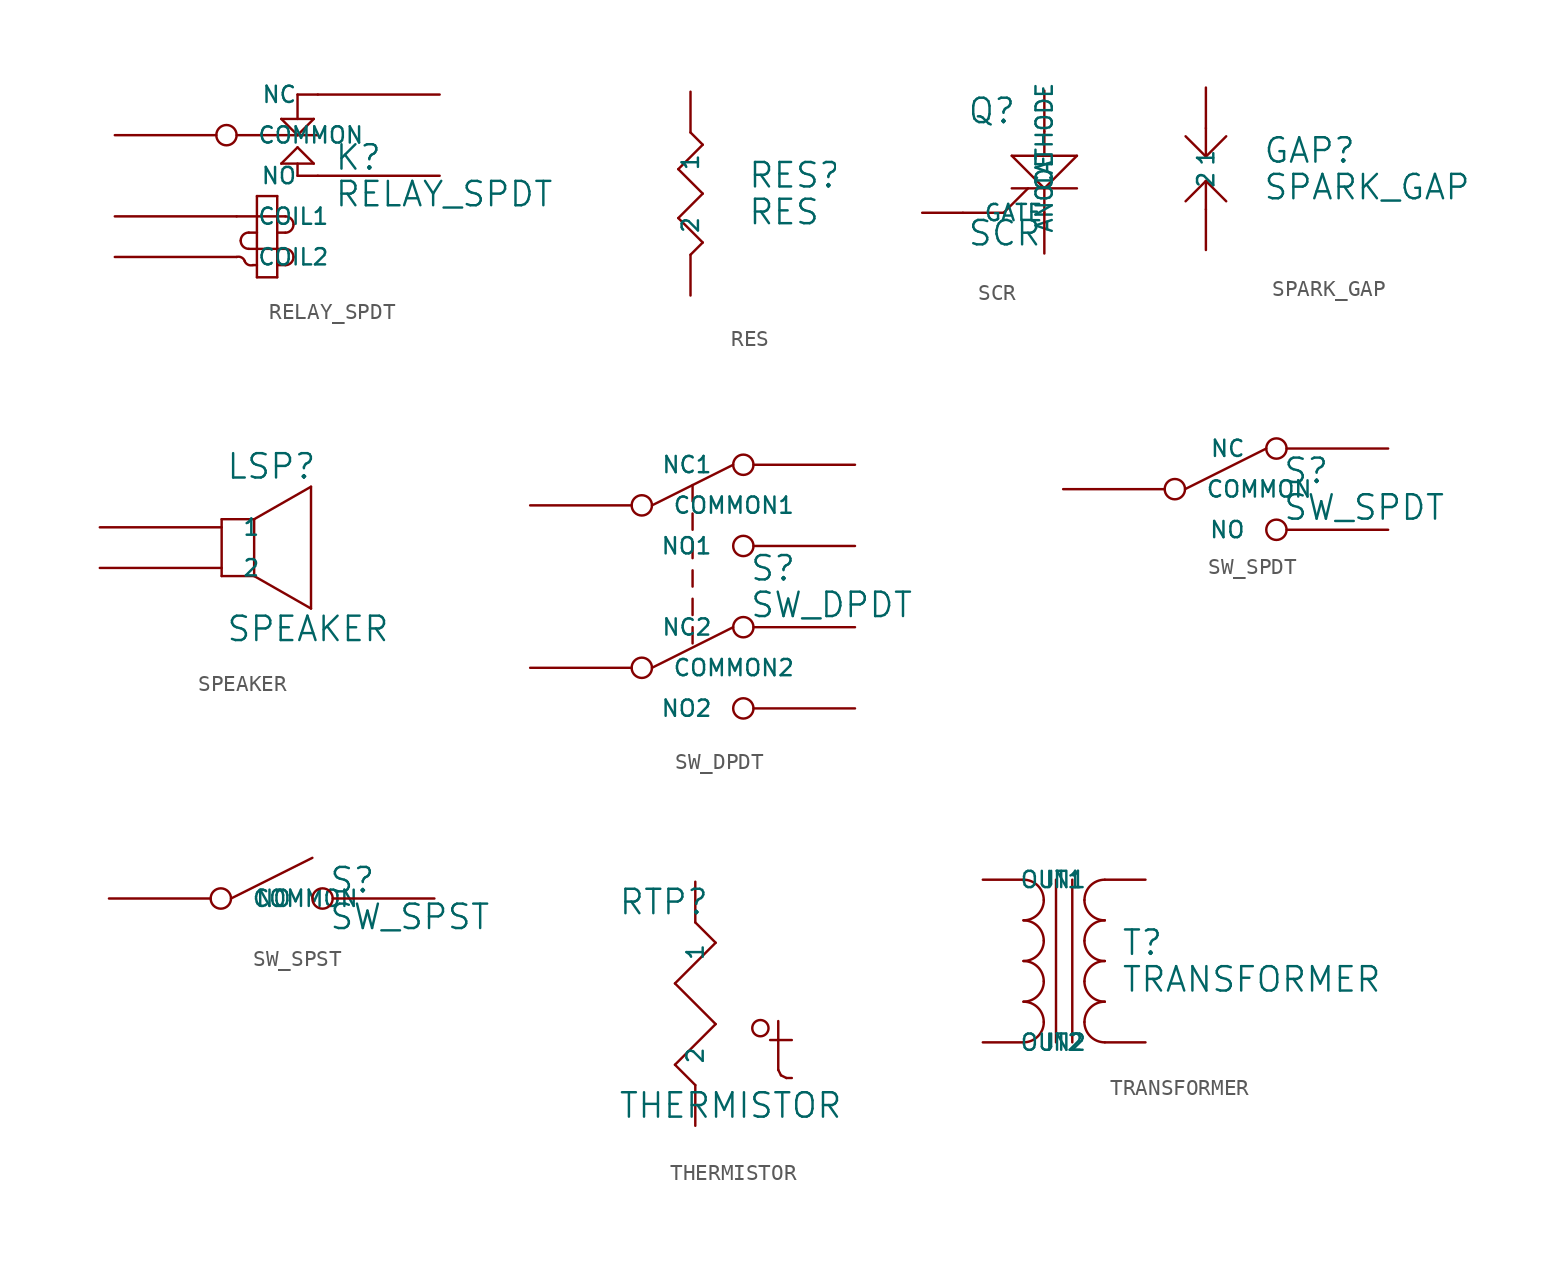
<source format=kicad_sym>
(kicad_symbol_lib
  (version 20231120)
  (generator "kicad_symbol_editor")
  (generator_version "8.0")
  (symbol "RELAY_SPDT"
    (pin_names
      (offset 1.27))
    (property "Reference" "K"
      (at 6.096 -7.366 0)
      (effects (font (size 1.524 1.524)) (justify left bottom)))
    (property "Value" "RELAY_SPDT"
      (at 6.096 -7.874 0)
      (effects (font (size 1.524 1.524)) (justify left top)))
    (symbol "RELAY_SPDT_0_1"
      (polyline (pts (xy 0 -10.16) (xy 3.048 -10.16)) (stroke (width 0) (type solid)) (fill (type none)))
      (polyline (pts (xy 0 -5.08) (xy 5.08 -5.08)) (stroke (width 0) (type solid)) (fill (type none)))
      (polyline (pts (xy 0.762 -12.192) (xy 3.048 -12.192)) (stroke (width 0) (type solid)) (fill (type none)))
      (polyline (pts (xy 1.016 -13.208) (xy 1.27 -13.208)) (stroke (width 0) (type solid)) (fill (type none)))
      (polyline (pts (xy 1.27 -13.97) (xy 2.54 -13.97)) (stroke (width 0) (type solid)) (fill (type none)))
      (polyline (pts (xy 1.27 -11.176) (xy 0.762 -11.176)) (stroke (width 0) (type solid)) (fill (type none)))
      (polyline (pts (xy 1.27 -8.89) (xy 1.27 -13.97)) (stroke (width 0) (type solid)) (fill (type none)))
      (polyline (pts (xy 2.54 -13.97) (xy 2.54 -8.89)) (stroke (width 0) (type solid)) (fill (type none)))
      (polyline (pts (xy 2.54 -8.89) (xy 1.27 -8.89)) (stroke (width 0) (type solid)) (fill (type none)))
      (polyline (pts (xy 2.794 -6.858) (xy 3.81 -5.842)) (stroke (width 0) (type solid)) (fill (type none)))
      (polyline (pts (xy 2.794 -4.064) (xy 3.81 -5.08)) (stroke (width 0) (type solid)) (fill (type none)))
      (polyline (pts (xy 3.048 -13.208) (xy 2.54 -13.208)) (stroke (width 0) (type solid)) (fill (type none)))
      (polyline (pts (xy 3.048 -11.176) (xy 2.54 -11.176)) (stroke (width 0) (type solid)) (fill (type none)))
      (polyline (pts (xy 3.81 -7.62) (xy 5.08 -7.62)) (stroke (width 0) (type solid)) (fill (type none)))
      (polyline (pts (xy 3.81 -6.858) (xy 3.81 -7.62)) (stroke (width 0) (type solid)) (fill (type none)))
      (polyline (pts (xy 3.81 -5.842) (xy 4.826 -6.858)) (stroke (width 0) (type solid)) (fill (type none)))
      (polyline (pts (xy 3.81 -5.08) (xy 4.826 -4.064)) (stroke (width 0) (type solid)) (fill (type none)))
      (polyline (pts (xy 3.81 -4.064) (xy 3.81 -2.54)) (stroke (width 0) (type solid)) (fill (type none)))
      (polyline (pts (xy 3.81 -2.54) (xy 5.08 -2.54)) (stroke (width 0) (type solid)) (fill (type none)))
      (polyline (pts (xy 4.826 -6.858) (xy 2.794 -6.858)) (stroke (width 0) (type solid)) (fill (type none)))
      (polyline (pts (xy 4.826 -4.064) (xy 2.794 -4.064)) (stroke (width 0) (type solid)) (fill (type none)))
      (arc (start 0.254 -11.684) (mid 0.4028 -12.0432) (end 0.762 -12.192) (stroke (width 0) (type solid)) (fill (type none)))
      (arc (start 0.508 -12.954) (mid 0.2986 -12.7249) (end 0 -12.7) (stroke (width 0) (type solid)) (fill (type none)))
      (arc (start 0.508 -12.954) (mid 0.7174 -13.1831) (end 1.016 -13.208) (stroke (width 0) (type solid)) (fill (type none)))
      (arc (start 0.762 -11.176) (mid 0.4028 -11.3248) (end 0.254 -11.684) (stroke (width 0) (type solid)) (fill (type none)))
      (arc (start 3.048 -13.208) (mid 3.4072 -13.0592) (end 3.556 -12.7) (stroke (width 0) (type solid)) (fill (type none)))
      (arc (start 3.048 -11.176) (mid 3.4072 -11.0272) (end 3.556 -10.668) (stroke (width 0) (type solid)) (fill (type none)))
      (arc (start 3.556 -12.7) (mid 3.4072 -12.3408) (end 3.048 -12.192) (stroke (width 0) (type solid)) (fill (type none)))
      (arc (start 3.556 -10.668) (mid 3.4072 -10.3088) (end 3.048 -10.16) (stroke (width 0) (type solid)) (fill (type none))))
    (symbol "RELAY_SPDT_1_1"
      (pin passive line (at -7.62 -10.16 0) (length 7.62) (name "COIL1" (effects (font (size 1.016 1.016)))) (number "~" (effects (font (size 1.27 1.27)))))
      (pin passive line (at -7.62 -12.7 0) (length 7.62) (name "COIL2" (effects (font (size 1.016 1.016)))) (number "~" (effects (font (size 1.27 1.27)))))
      (pin passive inverted (at -7.62 -5.08 0) (length 7.62) (name "COMMON" (effects (font (size 1.016 1.016)))) (number "~" (effects (font (size 1.27 1.27)))))
      (pin passive line (at 12.7 -2.54 180) (length 7.62) (name "NC" (effects (font (size 1.016 1.016)))) (number "~" (effects (font (size 1.27 1.27)))))
      (pin passive line (at 12.7 -7.62 180) (length 7.62) (name "NO" (effects (font (size 1.016 1.016)))) (number "~" (effects (font (size 1.27 1.27)))))))
  (symbol "RES"
    (pin_names
      (offset 1.27))
    (property "Reference" "RES"
      (at 6.096 -3.556 0)
      (effects (font (size 1.524 1.524)) (justify left bottom)))
    (property "Value" "RES"
      (at 6.096 -4.064 0)
      (effects (font (size 1.524 1.524)) (justify left top)))
    (symbol "RES_0_1"
      (polyline (pts (xy 1.778 -5.334) (xy 3.302 -6.858)) (stroke (width 0) (type solid)) (fill (type none)))
      (polyline (pts (xy 1.778 -2.286) (xy 3.302 -3.81)) (stroke (width 0) (type solid)) (fill (type none)))
      (polyline (pts (xy 2.54 0) (xy 3.302 -0.762)) (stroke (width 0) (type solid)) (fill (type none)))
      (polyline (pts (xy 3.302 -6.858) (xy 2.54 -7.62)) (stroke (width 0) (type solid)) (fill (type none)))
      (polyline (pts (xy 3.302 -3.81) (xy 1.778 -5.334)) (stroke (width 0) (type solid)) (fill (type none)))
      (polyline (pts (xy 3.302 -0.762) (xy 1.778 -2.286)) (stroke (width 0) (type solid)) (fill (type none))))
    (symbol "RES_1_1"
      (pin passive line (at 2.54 2.54 270) (length 2.54) (name "1" (effects (font (size 1.016 1.016)))) (number "~" (effects (font (size 1.27 1.27)))))
      (pin passive line (at 2.54 -10.16 90) (length 2.54) (name "2" (effects (font (size 1.016 1.016)))) (number "~" (effects (font (size 1.27 1.27)))))))
  (symbol "SCR"
    (pin_names
      (offset 1.27))
    (property "Reference" "Q"
      (at 0.254 0.381 0)
      (effects (font (size 1.524 1.524)) (justify left bottom)))
    (property "Value" "SCR"
      (at 0.254 -5.461 0)
      (effects (font (size 1.524 1.524)) (justify left top)))
    (symbol "SCR_0_1"
      (polyline (pts (xy 0 -5.08) (xy 2.54 -5.08)) (stroke (width 0) (type solid)) (fill (type none)))
      (polyline (pts (xy 2.54 -5.08) (xy 4.064 -3.556)) (stroke (width 0) (type solid)) (fill (type none)))
      (polyline (pts (xy 3.048 -3.556) (xy 7.112 -3.556)) (stroke (width 0) (type solid)) (fill (type none)))
      (polyline (pts (xy 3.048 -1.524) (xy 5.08 -3.556)) (stroke (width 0) (type solid)) (fill (type none)))
      (polyline (pts (xy 5.08 -3.556) (xy 5.08 -5.08)) (stroke (width 0) (type solid)) (fill (type none)))
      (polyline (pts (xy 5.08 -3.556) (xy 7.112 -1.524)) (stroke (width 0) (type solid)) (fill (type none)))
      (polyline (pts (xy 5.08 -1.524) (xy 5.08 0)) (stroke (width 0) (type solid)) (fill (type none)))
      (polyline (pts (xy 7.112 -1.524) (xy 3.048 -1.524)) (stroke (width 0) (type solid)) (fill (type none))))
    (symbol "SCR_1_1"
      (pin passive line (at 5.08 2.54 270) (length 2.54) (name "ANODE" (effects (font (size 1.016 1.016)))) (number "~" (effects (font (size 1.27 1.27)))))
      (pin passive line (at 5.08 -7.62 90) (length 2.54) (name "CATHODE" (effects (font (size 1.016 1.016)))) (number "~" (effects (font (size 1.27 1.27)))))
      (pin input line (at -2.54 -5.08 0) (length 2.54) (name "GATE" (effects (font (size 1.016 1.016)))) (number "~" (effects (font (size 1.27 1.27)))))))
  (symbol "SPARK_GAP"
    (pin_names
      (offset 1.27))
    (property "Reference" "GAP"
      (at 6.096 -2.286 0)
      (effects (font (size 1.524 1.524)) (justify left bottom)))
    (property "Value" "SPARK_GAP"
      (at 6.096 -2.794 0)
      (effects (font (size 1.524 1.524)) (justify left top)))
    (symbol "SPARK_GAP_0_1"
      (polyline (pts (xy 1.27 -4.572) (xy 2.54 -3.302)) (stroke (width 0) (type solid)) (fill (type none)))
      (polyline (pts (xy 2.54 -5.08) (xy 2.54 -3.302)) (stroke (width 0) (type solid)) (fill (type none)))
      (polyline (pts (xy 2.54 -3.302) (xy 3.81 -4.572)) (stroke (width 0) (type solid)) (fill (type none)))
      (polyline (pts (xy 2.54 -1.778) (xy 1.27 -0.508)) (stroke (width 0) (type solid)) (fill (type none)))
      (polyline (pts (xy 2.54 -1.778) (xy 2.54 0)) (stroke (width 0) (type solid)) (fill (type none)))
      (polyline (pts (xy 3.81 -0.508) (xy 2.54 -1.778)) (stroke (width 0) (type solid)) (fill (type none))))
    (symbol "SPARK_GAP_1_1"
      (pin passive line (at 2.54 2.54 270) (length 2.54) (name "1" (effects (font (size 1.016 1.016)))) (number "~" (effects (font (size 1.27 1.27)))))
      (pin passive line (at 2.54 -7.62 90) (length 2.54) (name "2" (effects (font (size 1.016 1.016)))) (number "~" (effects (font (size 1.27 1.27)))))))
  (symbol "SPEAKER"
    (pin_names
      (offset 1.27))
    (property "Reference" "LSP"
      (at 0.254 0.381 0)
      (effects (font (size 1.524 1.524)) (justify left bottom)))
    (property "Value" "SPEAKER"
      (at 0.254 -8.001 0)
      (effects (font (size 1.524 1.524)) (justify left top)))
    (symbol "SPEAKER_0_1"
      (polyline (pts (xy 0 -5.588) (xy 2.032 -5.588)) (stroke (width 0) (type solid)) (fill (type none)))
      (polyline (pts (xy 0 -2.032) (xy 0 -5.588)) (stroke (width 0) (type solid)) (fill (type none)))
      (polyline (pts (xy 2.032 -5.588) (xy 2.032 -2.032)) (stroke (width 0) (type solid)) (fill (type none)))
      (polyline (pts (xy 2.032 -2.032) (xy 0 -2.032)) (stroke (width 0) (type solid)) (fill (type none)))
      (polyline (pts (xy 2.032 -2.032) (xy 5.588 0)) (stroke (width 0) (type solid)) (fill (type none)))
      (polyline (pts (xy 5.588 -7.62) (xy 2.032 -5.588)) (stroke (width 0) (type solid)) (fill (type none)))
      (polyline (pts (xy 5.588 0) (xy 5.588 -7.62)) (stroke (width 0) (type solid)) (fill (type none))))
    (symbol "SPEAKER_1_1"
      (pin passive line (at -7.62 -2.54 0) (length 7.62) (name "1" (effects (font (size 1.016 1.016)))) (number "~" (effects (font (size 1.27 1.27)))))
      (pin passive line (at -7.62 -5.08 0) (length 7.62) (name "2" (effects (font (size 1.016 1.016)))) (number "~" (effects (font (size 1.27 1.27)))))))
  (symbol "SW_DPDT"
    (pin_names
      (offset 1.27))
    (property "Reference" "S"
      (at 6.096 -9.906 0)
      (effects (font (size 1.524 1.524)) (justify left bottom)))
    (property "Value" "SW_DPDT"
      (at 6.096 -10.414 0)
      (effects (font (size 1.524 1.524)) (justify left top)))
    (symbol "SW_DPDT_0_1"
      (polyline (pts (xy 0 -15.24) (xy 5.08 -12.7)) (stroke (width 0) (type solid)) (fill (type none)))
      (polyline (pts (xy 0 -5.08) (xy 5.08 -2.54)) (stroke (width 0) (type solid)) (fill (type none)))
      (polyline (pts (xy 2.54 -12.7) (xy 2.54 -13.716)) (stroke (width 0) (type solid)) (fill (type none)))
      (polyline (pts (xy 2.54 -10.922) (xy 2.54 -11.938)) (stroke (width 0) (type solid)) (fill (type none)))
      (polyline (pts (xy 2.54 -9.144) (xy 2.54 -10.16)) (stroke (width 0) (type solid)) (fill (type none)))
      (polyline (pts (xy 2.54 -7.366) (xy 2.54 -8.382)) (stroke (width 0) (type solid)) (fill (type none)))
      (polyline (pts (xy 2.54 -5.588) (xy 2.54 -6.604)) (stroke (width 0) (type solid)) (fill (type none)))
      (polyline (pts (xy 2.54 -3.81) (xy 2.54 -4.826)) (stroke (width 0) (type solid)) (fill (type none))))
    (symbol "SW_DPDT_1_1"
      (pin passive inverted (at -7.62 -5.08 0) (length 7.62) (name "COMMON1" (effects (font (size 1.016 1.016)))) (number "~" (effects (font (size 1.27 1.27)))))
      (pin passive inverted (at -7.62 -15.24 0) (length 7.62) (name "COMMON2" (effects (font (size 1.016 1.016)))) (number "~" (effects (font (size 1.27 1.27)))))
      (pin passive inverted (at 12.7 -2.54 180) (length 7.62) (name "NC1" (effects (font (size 1.016 1.016)))) (number "~" (effects (font (size 1.27 1.27)))))
      (pin passive inverted (at 12.7 -12.7 180) (length 7.62) (name "NC2" (effects (font (size 1.016 1.016)))) (number "~" (effects (font (size 1.27 1.27)))))
      (pin passive inverted (at 12.7 -7.62 180) (length 7.62) (name "NO1" (effects (font (size 1.016 1.016)))) (number "~" (effects (font (size 1.27 1.27)))))
      (pin passive inverted (at 12.7 -17.78 180) (length 7.62) (name "NO2" (effects (font (size 1.016 1.016)))) (number "~" (effects (font (size 1.27 1.27)))))))
  (symbol "SW_SPDT"
    (pin_names
      (offset 1.27))
    (property "Reference" "S"
      (at 6.096 -4.826 0)
      (effects (font (size 1.524 1.524)) (justify left bottom)))
    (property "Value" "SW_SPDT"
      (at 6.096 -5.334 0)
      (effects (font (size 1.524 1.524)) (justify left top)))
    (symbol "SW_SPDT_0_1"
      (polyline (pts (xy 0 -5.08) (xy 5.08 -2.54)) (stroke (width 0) (type solid)) (fill (type none))))
    (symbol "SW_SPDT_1_1"
      (pin passive inverted (at -7.62 -5.08 0) (length 7.62) (name "COMMON" (effects (font (size 1.016 1.016)))) (number "~" (effects (font (size 1.27 1.27)))))
      (pin passive inverted (at 12.7 -2.54 180) (length 7.62) (name "NC" (effects (font (size 1.016 1.016)))) (number "~" (effects (font (size 1.27 1.27)))))
      (pin passive inverted (at 12.7 -7.62 180) (length 7.62) (name "NO" (effects (font (size 1.016 1.016)))) (number "~" (effects (font (size 1.27 1.27)))))))
  (symbol "SW_SPST"
    (pin_names
      (offset 1.27))
    (property "Reference" "S"
      (at 6.096 -2.286 0)
      (effects (font (size 1.524 1.524)) (justify left bottom)))
    (property "Value" "SW_SPST"
      (at 6.096 -2.794 0)
      (effects (font (size 1.524 1.524)) (justify left top)))
    (symbol "SW_SPST_0_1"
      (polyline (pts (xy 0 -2.54) (xy 5.08 0)) (stroke (width 0) (type solid)) (fill (type none))))
    (symbol "SW_SPST_1_1"
      (pin passive inverted (at -7.62 -2.54 0) (length 7.62) (name "COMMON" (effects (font (size 1.016 1.016)))) (number "~" (effects (font (size 1.27 1.27)))))
      (pin passive inverted (at 12.7 -2.54 180) (length 7.62) (name "NO" (effects (font (size 1.016 1.016)))) (number "~" (effects (font (size 1.27 1.27)))))))
  (symbol "THERMISTOR"
    (pin_names
      (offset 1.27))
    (property "Reference" "RTP"
      (at 0.254 0.381 0)
      (effects (font (size 1.524 1.524)) (justify left bottom)))
    (property "Value" "THERMISTOR"
      (at 0.254 -10.541 0)
      (effects (font (size 1.524 1.524)) (justify left top)))
    (symbol "THERMISTOR_0_1"
      (polyline (pts (xy 3.81 -8.89) (xy 5.08 -10.16)) (stroke (width 0) (type solid)) (fill (type none)))
      (polyline (pts (xy 3.81 -3.81) (xy 6.35 -6.35)) (stroke (width 0) (type solid)) (fill (type none)))
      (polyline (pts (xy 5.08 0) (xy 6.35 -1.27)) (stroke (width 0) (type solid)) (fill (type none)))
      (polyline (pts (xy 6.35 -6.35) (xy 3.81 -8.89)) (stroke (width 0) (type solid)) (fill (type none)))
      (polyline (pts (xy 6.35 -1.27) (xy 3.81 -3.81)) (stroke (width 0) (type solid)) (fill (type none)))
      (circle (center 9.144 -6.604) (radius 0.508) (stroke (width 0) (type solid)) (fill (type none)))
      (text " t " (at 6.604 -10.16 0) (effects (font (size 3.556 3.556)) (justify left bottom))))
    (symbol "THERMISTOR_1_1"
      (pin passive line (at 5.08 2.54 270) (length 2.54) (name "1" (effects (font (size 1.016 1.016)))) (number "~" (effects (font (size 1.27 1.27)))))
      (pin passive line (at 5.08 -12.7 90) (length 2.54) (name "2" (effects (font (size 1.016 1.016)))) (number "~" (effects (font (size 1.27 1.27)))))))
  (symbol "TRANSFORMER"
    (pin_names
      (offset 1.27))
    (property "Reference" "T"
      (at 6.096 -4.826 0)
      (effects (font (size 1.524 1.524)) (justify left bottom)))
    (property "Value" "TRANSFORMER"
      (at 6.096 -5.334 0)
      (effects (font (size 1.524 1.524)) (justify left top)))
    (symbol "TRANSFORMER_0_1"
      (arc (start 0 -10.16) (mid 0.898 -9.788) (end 1.27 -8.89) (stroke (width 0) (type solid)) (fill (type none)))
      (arc (start 0 -7.62) (mid 0.898 -7.248) (end 1.27 -6.35) (stroke (width 0) (type solid)) (fill (type none)))
      (arc (start 0 -5.08) (mid 0.898 -4.708) (end 1.27 -3.81) (stroke (width 0) (type solid)) (fill (type none)))
      (arc (start 0 -2.54) (mid 0.898 -2.168) (end 1.27 -1.27) (stroke (width 0) (type solid)) (fill (type none)))
      (polyline (pts (xy 2.032 0) (xy 2.032 -10.16)) (stroke (width 0) (type solid)) (fill (type none)))
      (polyline (pts (xy 3.048 -10.16) (xy 3.048 0)) (stroke (width 0) (type solid)) (fill (type none)))
      (arc (start 1.27 -8.89) (mid 0.898 -7.992) (end 0 -7.62) (stroke (width 0) (type solid)) (fill (type none)))
      (arc (start 1.27 -6.35) (mid 0.898 -5.452) (end 0 -5.08) (stroke (width 0) (type solid)) (fill (type none)))
      (arc (start 1.27 -3.81) (mid 0.898 -2.912) (end 0 -2.54) (stroke (width 0) (type solid)) (fill (type none)))
      (arc (start 1.27 -1.27) (mid 0.898 -0.372) (end 0 0) (stroke (width 0) (type solid)) (fill (type none)))
      (arc (start 3.81 -8.89) (mid 4.182 -9.788) (end 5.08 -10.16) (stroke (width 0) (type solid)) (fill (type none)))
      (arc (start 3.81 -6.35) (mid 4.182 -7.248) (end 5.08 -7.62) (stroke (width 0) (type solid)) (fill (type none)))
      (arc (start 3.81 -3.81) (mid 4.182 -4.708) (end 5.08 -5.08) (stroke (width 0) (type solid)) (fill (type none)))
      (arc (start 3.81 -1.27) (mid 4.182 -2.168) (end 5.08 -2.54) (stroke (width 0) (type solid)) (fill (type none)))
      (arc (start 5.08 -7.62) (mid 4.182 -7.992) (end 3.81 -8.89) (stroke (width 0) (type solid)) (fill (type none)))
      (arc (start 5.08 -5.08) (mid 4.182 -5.452) (end 3.81 -6.35) (stroke (width 0) (type solid)) (fill (type none)))
      (arc (start 5.08 -2.54) (mid 4.182 -2.912) (end 3.81 -3.81) (stroke (width 0) (type solid)) (fill (type none)))
      (arc (start 5.08 0) (mid 4.182 -0.372) (end 3.81 -1.27) (stroke (width 0) (type solid)) (fill (type none))))
    (symbol "TRANSFORMER_1_1"
      (pin passive line (at -2.54 0 0) (length 2.54) (name "IN1" (effects (font (size 1.016 1.016)))) (number "~" (effects (font (size 1.27 1.27)))))
      (pin passive line (at -2.54 -10.16 0) (length 2.54) (name "IN2" (effects (font (size 1.016 1.016)))) (number "~" (effects (font (size 1.27 1.27)))))
      (pin passive line (at 7.62 0 180) (length 2.54) (name "OUT1" (effects (font (size 1.016 1.016)))) (number "~" (effects (font (size 1.27 1.27)))))
      (pin passive line (at 7.62 -10.16 180) (length 2.54) (name "OUT2" (effects (font (size 1.016 1.016)))) (number "~" (effects (font (size 1.27 1.27))))))))
</source>
